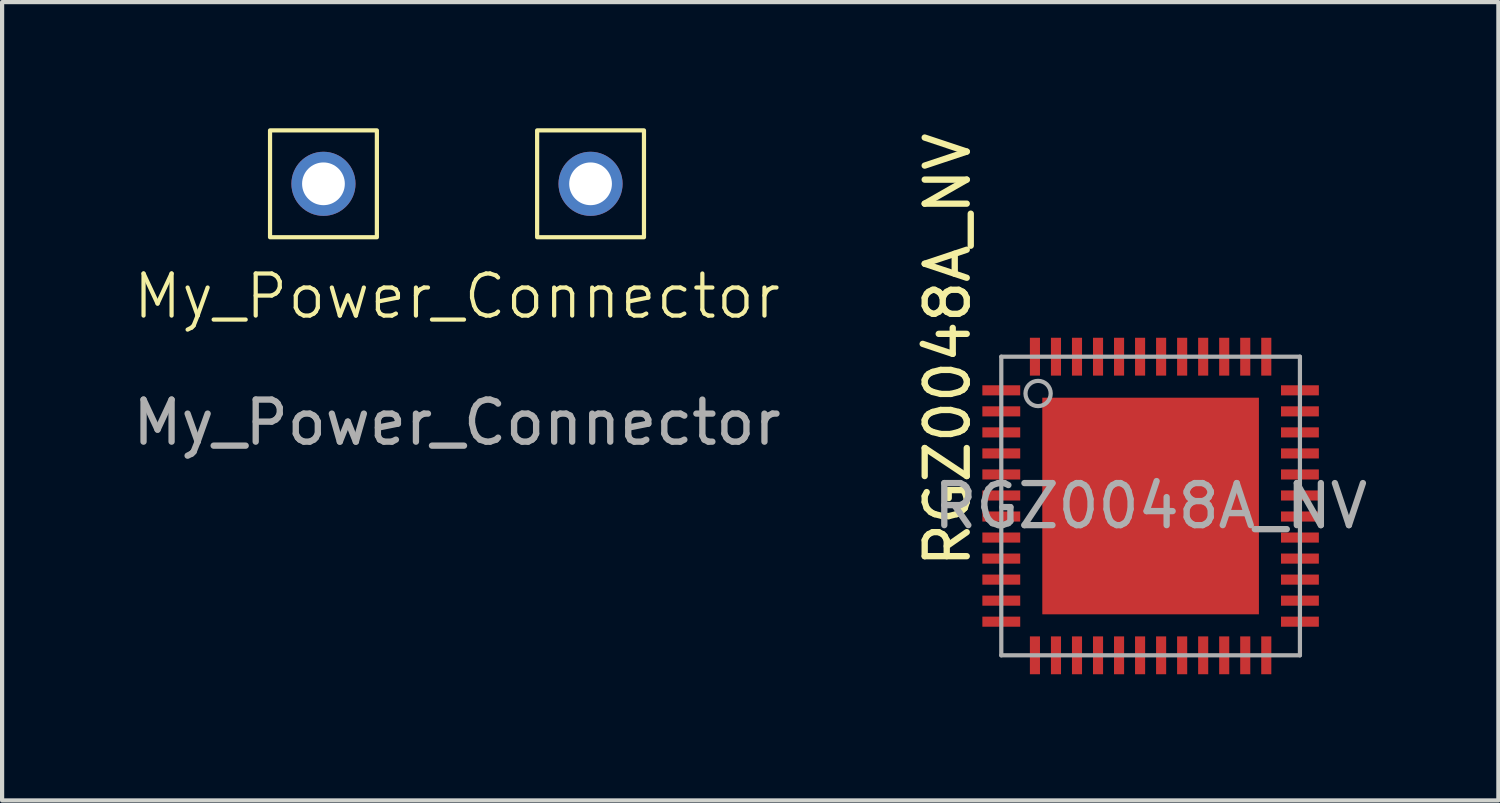
<source format=kicad_pcb>
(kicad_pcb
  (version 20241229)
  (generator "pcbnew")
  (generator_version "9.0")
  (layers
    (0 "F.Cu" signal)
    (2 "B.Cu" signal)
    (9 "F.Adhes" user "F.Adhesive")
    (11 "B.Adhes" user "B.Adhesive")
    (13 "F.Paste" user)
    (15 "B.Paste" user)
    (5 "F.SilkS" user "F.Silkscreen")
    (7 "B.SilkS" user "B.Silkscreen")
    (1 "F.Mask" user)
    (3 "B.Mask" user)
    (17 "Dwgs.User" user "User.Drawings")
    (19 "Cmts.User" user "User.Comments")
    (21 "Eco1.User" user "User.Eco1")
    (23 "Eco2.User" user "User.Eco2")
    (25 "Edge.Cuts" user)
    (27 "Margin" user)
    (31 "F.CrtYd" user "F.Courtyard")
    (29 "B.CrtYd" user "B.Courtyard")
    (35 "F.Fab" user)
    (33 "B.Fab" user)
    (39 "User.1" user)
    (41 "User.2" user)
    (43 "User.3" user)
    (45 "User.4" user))
  (footprint "My_Power_Connector"
    (layer "F.Cu")
    (at 7.815 4.495)
    (property "Reference" "My_Power_Connector" (at 0 -0.5 0) (unlocked yes) (layer "F.SilkS") (effects (font (size 1 1) (thickness 0.1))))
    (attr through_hole)
    (fp_rect (start -4.445 -4.445) (end -1.905 -1.905) (stroke (width 0.1) (type default)) (fill no) (layer "F.SilkS"))
    (fp_rect (start 1.905 -4.445) (end 4.445 -1.905) (stroke (width 0.1) (type default)) (fill no) (layer "F.SilkS"))
    (fp_text user "${REFERENCE}" (at 0 2.5 0) (unlocked yes) (layer "F.Fab") (effects (font (size 1 1) (thickness 0.15))))
    (pad "1" thru_hole circle (at -3.175 -3.175) (size 1.524 1.524) (drill 1.016) (layers "*.Cu" "*.Mask"))
    (pad "2" thru_hole circle (at 3.175 -3.175) (size 1.524 1.524) (drill 1.016) (layers "*.Cu" "*.Mask")))
  (footprint "RGZ0048A_NV"
    (layer "F.Cu")
    (at 24.305 8.98)
    (property "Reference" "RGZ0048A_NV" (at -4.826 -3.712 90) (unlocked yes) (layer "F.SilkS") (effects (font (size 1 1) (thickness 0.15))))
    (attr smd)
    (fp_poly (pts (xy -1.36 -1.41) (xy -1.36 -2.37) (xy -1.41 -2.42) (xy -2.37 -2.42) (xy -2.42 -2.37) (xy -2.42 -1.41) (xy -2.37 -1.36) (xy -1.41 -1.36)) (stroke (width 0) (type solid)) (fill yes) (layer "F.Paste"))
    (fp_poly (pts (xy -1.36 -0.15) (xy -1.36 -1.11) (xy -1.41 -1.16) (xy -2.37 -1.16) (xy -2.42 -1.11) (xy -2.42 -0.15) (xy -2.37 -0.1) (xy -1.41 -0.1)) (stroke (width 0) (type solid)) (fill yes) (layer "F.Paste"))
    (fp_poly (pts (xy -1.36 0.15) (xy -1.36 1.11) (xy -1.41 1.16) (xy -2.37 1.16) (xy -2.42 1.11) (xy -2.42 0.15) (xy -2.37 0.1) (xy -1.41 0.1)) (stroke (width 0) (type solid)) (fill yes) (layer "F.Paste"))
    (fp_poly (pts (xy -1.36 1.41) (xy -1.36 2.37) (xy -1.41 2.42) (xy -2.37 2.42) (xy -2.42 2.37) (xy -2.42 1.41) (xy -2.37 1.36) (xy -1.41 1.36)) (stroke (width 0) (type solid)) (fill yes) (layer "F.Paste"))
    (fp_poly (pts (xy -0.1 -1.41) (xy -0.1 -2.37) (xy -0.15 -2.42) (xy -1.11 -2.42) (xy -1.16 -2.37) (xy -1.16 -1.41) (xy -1.11 -1.36) (xy -0.15 -1.36)) (stroke (width 0) (type solid)) (fill yes) (layer "F.Paste"))
    (fp_poly (pts (xy -0.1 -0.15) (xy -0.1 -1.11) (xy -0.15 -1.16) (xy -1.11 -1.16) (xy -1.16 -1.11) (xy -1.16 -0.15) (xy -1.11 -0.1) (xy -0.15 -0.1)) (stroke (width 0) (type solid)) (fill yes) (layer "F.Paste"))
    (fp_poly (pts (xy -0.1 0.15) (xy -0.1 1.11) (xy -0.15 1.16) (xy -1.11 1.16) (xy -1.16 1.11) (xy -1.16 0.15) (xy -1.11 0.1) (xy -0.15 0.1)) (stroke (width 0) (type solid)) (fill yes) (layer "F.Paste"))
    (fp_poly (pts (xy -0.1 1.41) (xy -0.1 2.37) (xy -0.15 2.42) (xy -1.11 2.42) (xy -1.16 2.37) (xy -1.16 1.41) (xy -1.11 1.36) (xy -0.15 1.36)) (stroke (width 0) (type solid)) (fill yes) (layer "F.Paste"))
    (fp_poly (pts (xy 0.1 -1.41) (xy 0.1 -2.37) (xy 0.15 -2.42) (xy 1.11 -2.42) (xy 1.16 -2.37) (xy 1.16 -1.41) (xy 1.11 -1.36) (xy 0.15 -1.36)) (stroke (width 0) (type solid)) (fill yes) (layer "F.Paste"))
    (fp_poly (pts (xy 0.1 -0.15) (xy 0.1 -1.11) (xy 0.15 -1.16) (xy 1.11 -1.16) (xy 1.16 -1.11) (xy 1.16 -0.15) (xy 1.11 -0.1) (xy 0.15 -0.1)) (stroke (width 0) (type solid)) (fill yes) (layer "F.Paste"))
    (fp_poly (pts (xy 0.1 0.15) (xy 0.1 1.11) (xy 0.15 1.16) (xy 1.11 1.16) (xy 1.16 1.11) (xy 1.16 0.15) (xy 1.11 0.1) (xy 0.15 0.1)) (stroke (width 0) (type solid)) (fill yes) (layer "F.Paste"))
    (fp_poly (pts (xy 0.1 1.41) (xy 0.1 2.37) (xy 0.15 2.42) (xy 1.11 2.42) (xy 1.16 2.37) (xy 1.16 1.41) (xy 1.11 1.36) (xy 0.15 1.36)) (stroke (width 0) (type solid)) (fill yes) (layer "F.Paste"))
    (fp_poly (pts (xy 1.36 -1.41) (xy 1.36 -2.37) (xy 1.41 -2.42) (xy 2.37 -2.42) (xy 2.42 -2.37) (xy 2.42 -1.41) (xy 2.37 -1.36) (xy 1.41 -1.36)) (stroke (width 0) (type solid)) (fill yes) (layer "F.Paste"))
    (fp_poly (pts (xy 1.36 -0.15) (xy 1.36 -1.11) (xy 1.41 -1.16) (xy 2.37 -1.16) (xy 2.42 -1.11) (xy 2.42 -0.15) (xy 2.37 -0.1) (xy 1.41 -0.1)) (stroke (width 0) (type solid)) (fill yes) (layer "F.Paste"))
    (fp_poly (pts (xy 1.36 0.15) (xy 1.36 1.11) (xy 1.41 1.16) (xy 2.37 1.16) (xy 2.42 1.11) (xy 2.42 0.15) (xy 2.37 0.1) (xy 1.41 0.1)) (stroke (width 0) (type solid)) (fill yes) (layer "F.Paste"))
    (fp_poly (pts (xy 1.36 1.41) (xy 1.36 2.37) (xy 1.41 2.42) (xy 2.37 2.42) (xy 2.42 2.37) (xy 2.42 1.41) (xy 2.37 1.36) (xy 1.41 1.36)) (stroke (width 0) (type solid)) (fill yes) (layer "F.Paste"))
    (fp_line (start -3.55 -3.55) (end 3.55 -3.55) (stroke (width 0.1) (type solid)) (layer "F.Fab"))
    (fp_line (start -3.55 3.55) (end -3.55 -3.55) (stroke (width 0.1) (type solid)) (layer "F.Fab"))
    (fp_line (start -3.55 3.55) (end 3.55 3.55) (stroke (width 0.1) (type solid)) (layer "F.Fab"))
    (fp_line (start 3.55 3.55) (end 3.55 -3.55) (stroke (width 0.1) (type solid)) (layer "F.Fab"))
    (fp_circle (center -2.675 -2.675) (end -2.375 -2.675) (stroke (width 0.1) (type solid)) (fill no) (layer "F.Fab"))
    (fp_text user "${REFERENCE}" (at 0 0 0) (unlocked yes) (layer "F.Fab") (effects (font (size 1 1) (thickness 0.15))))
    (pad "1" smd rect (at -3.55 -2.75 90) (size 0.24 0.9) (layers "F.Cu" "F.Mask" "F.Paste"))
    (pad "2" smd rect (at -3.55 -2.25 90) (size 0.24 0.9) (layers "F.Cu" "F.Mask" "F.Paste"))
    (pad "3" smd rect (at -3.55 -1.75 90) (size 0.24 0.9) (layers "F.Cu" "F.Mask" "F.Paste"))
    (pad "4" smd rect (at -3.55 -1.25 90) (size 0.24 0.9) (layers "F.Cu" "F.Mask" "F.Paste"))
    (pad "5" smd rect (at -3.55 -0.75 90) (size 0.24 0.9) (layers "F.Cu" "F.Mask" "F.Paste"))
    (pad "6" smd rect (at -3.55 -0.25 90) (size 0.24 0.9) (layers "F.Cu" "F.Mask" "F.Paste"))
    (pad "7" smd rect (at -3.55 0.25 90) (size 0.24 0.9) (layers "F.Cu" "F.Mask" "F.Paste"))
    (pad "8" smd rect (at -3.55 0.75 90) (size 0.24 0.9) (layers "F.Cu" "F.Mask" "F.Paste"))
    (pad "9" smd rect (at -3.55 1.25 90) (size 0.24 0.9) (layers "F.Cu" "F.Mask" "F.Paste"))
    (pad "10" smd rect (at -3.55 1.75 90) (size 0.24 0.9) (layers "F.Cu" "F.Mask" "F.Paste"))
    (pad "11" smd rect (at -3.55 2.25 90) (size 0.24 0.9) (layers "F.Cu" "F.Mask" "F.Paste"))
    (pad "12" smd rect (at -3.55 2.75 90) (size 0.24 0.9) (layers "F.Cu" "F.Mask" "F.Paste"))
    (pad "13" smd rect (at -2.75 3.55) (size 0.24 0.9) (layers "F.Cu" "F.Mask" "F.Paste"))
    (pad "14" smd rect (at -2.25 3.55) (size 0.24 0.9) (layers "F.Cu" "F.Mask" "F.Paste"))
    (pad "15" smd rect (at -1.75 3.55) (size 0.24 0.9) (layers "F.Cu" "F.Mask" "F.Paste"))
    (pad "16" smd rect (at -1.25 3.55) (size 0.24 0.9) (layers "F.Cu" "F.Mask" "F.Paste"))
    (pad "17" smd rect (at -0.75 3.55) (size 0.24 0.9) (layers "F.Cu" "F.Mask" "F.Paste"))
    (pad "18" smd rect (at -0.25 3.55) (size 0.24 0.9) (layers "F.Cu" "F.Mask" "F.Paste"))
    (pad "19" smd rect (at 0.25 3.55) (size 0.24 0.9) (layers "F.Cu" "F.Mask" "F.Paste"))
    (pad "20" smd rect (at 0.75 3.55) (size 0.24 0.9) (layers "F.Cu" "F.Mask" "F.Paste"))
    (pad "21" smd rect (at 1.25 3.55) (size 0.24 0.9) (layers "F.Cu" "F.Mask" "F.Paste"))
    (pad "22" smd rect (at 1.75 3.55) (size 0.24 0.9) (layers "F.Cu" "F.Mask" "F.Paste"))
    (pad "23" smd rect (at 2.25 3.55) (size 0.24 0.9) (layers "F.Cu" "F.Mask" "F.Paste"))
    (pad "24" smd rect (at 2.75 3.55) (size 0.24 0.9) (layers "F.Cu" "F.Mask" "F.Paste"))
    (pad "25" smd rect (at 3.55 2.75 90) (size 0.24 0.9) (layers "F.Cu" "F.Mask" "F.Paste"))
    (pad "26" smd rect (at 3.55 2.25 90) (size 0.24 0.9) (layers "F.Cu" "F.Mask" "F.Paste"))
    (pad "27" smd rect (at 3.55 1.75 90) (size 0.24 0.9) (layers "F.Cu" "F.Mask" "F.Paste"))
    (pad "28" smd rect (at 3.55 1.25 90) (size 0.24 0.9) (layers "F.Cu" "F.Mask" "F.Paste"))
    (pad "29" smd rect (at 3.55 0.75 90) (size 0.24 0.9) (layers "F.Cu" "F.Mask" "F.Paste"))
    (pad "30" smd rect (at 3.55 0.25 90) (size 0.24 0.9) (layers "F.Cu" "F.Mask" "F.Paste"))
    (pad "31" smd rect (at 3.55 -0.25 90) (size 0.24 0.9) (layers "F.Cu" "F.Mask" "F.Paste"))
    (pad "32" smd rect (at 3.55 -0.75 90) (size 0.24 0.9) (layers "F.Cu" "F.Mask" "F.Paste"))
    (pad "33" smd rect (at 3.55 -1.25 90) (size 0.24 0.9) (layers "F.Cu" "F.Mask" "F.Paste"))
    (pad "34" smd rect (at 3.55 -1.75 90) (size 0.24 0.9) (layers "F.Cu" "F.Mask" "F.Paste"))
    (pad "35" smd rect (at 3.55 -2.25 90) (size 0.24 0.9) (layers "F.Cu" "F.Mask" "F.Paste"))
    (pad "36" smd rect (at 3.55 -2.75 90) (size 0.24 0.9) (layers "F.Cu" "F.Mask" "F.Paste"))
    (pad "37" smd rect (at 2.75 -3.55) (size 0.24 0.9) (layers "F.Cu" "F.Mask" "F.Paste"))
    (pad "38" smd rect (at 2.25 -3.55) (size 0.24 0.9) (layers "F.Cu" "F.Mask" "F.Paste"))
    (pad "39" smd rect (at 1.75 -3.55) (size 0.24 0.9) (layers "F.Cu" "F.Mask" "F.Paste"))
    (pad "40" smd rect (at 1.25 -3.55) (size 0.24 0.9) (layers "F.Cu" "F.Mask" "F.Paste"))
    (pad "41" smd rect (at 0.75 -3.55) (size 0.24 0.9) (layers "F.Cu" "F.Mask" "F.Paste"))
    (pad "42" smd rect (at 0.25 -3.55) (size 0.24 0.9) (layers "F.Cu" "F.Mask" "F.Paste"))
    (pad "43" smd rect (at -0.25 -3.55) (size 0.24 0.9) (layers "F.Cu" "F.Mask" "F.Paste"))
    (pad "44" smd rect (at -0.75 -3.55) (size 0.24 0.9) (layers "F.Cu" "F.Mask" "F.Paste"))
    (pad "45" smd rect (at -1.25 -3.55) (size 0.24 0.9) (layers "F.Cu" "F.Mask" "F.Paste"))
    (pad "46" smd rect (at -1.75 -3.55) (size 0.24 0.9) (layers "F.Cu" "F.Mask" "F.Paste"))
    (pad "47" smd rect (at -2.25 -3.55) (size 0.24 0.9) (layers "F.Cu" "F.Mask" "F.Paste"))
    (pad "48" smd rect (at -2.75 -3.55) (size 0.24 0.9) (layers "F.Cu" "F.Mask" "F.Paste"))
    (pad "49" smd rect (at 0 0) (size 5.15 5.15) (layers "F.Cu" "F.Mask")))
  (gr_rect
    (start -3 -3)
    (end 32.573 15.98)
    (stroke (width 0.1) (type default))
    (fill no)
    (layer "Edge.Cuts")))
</source>
